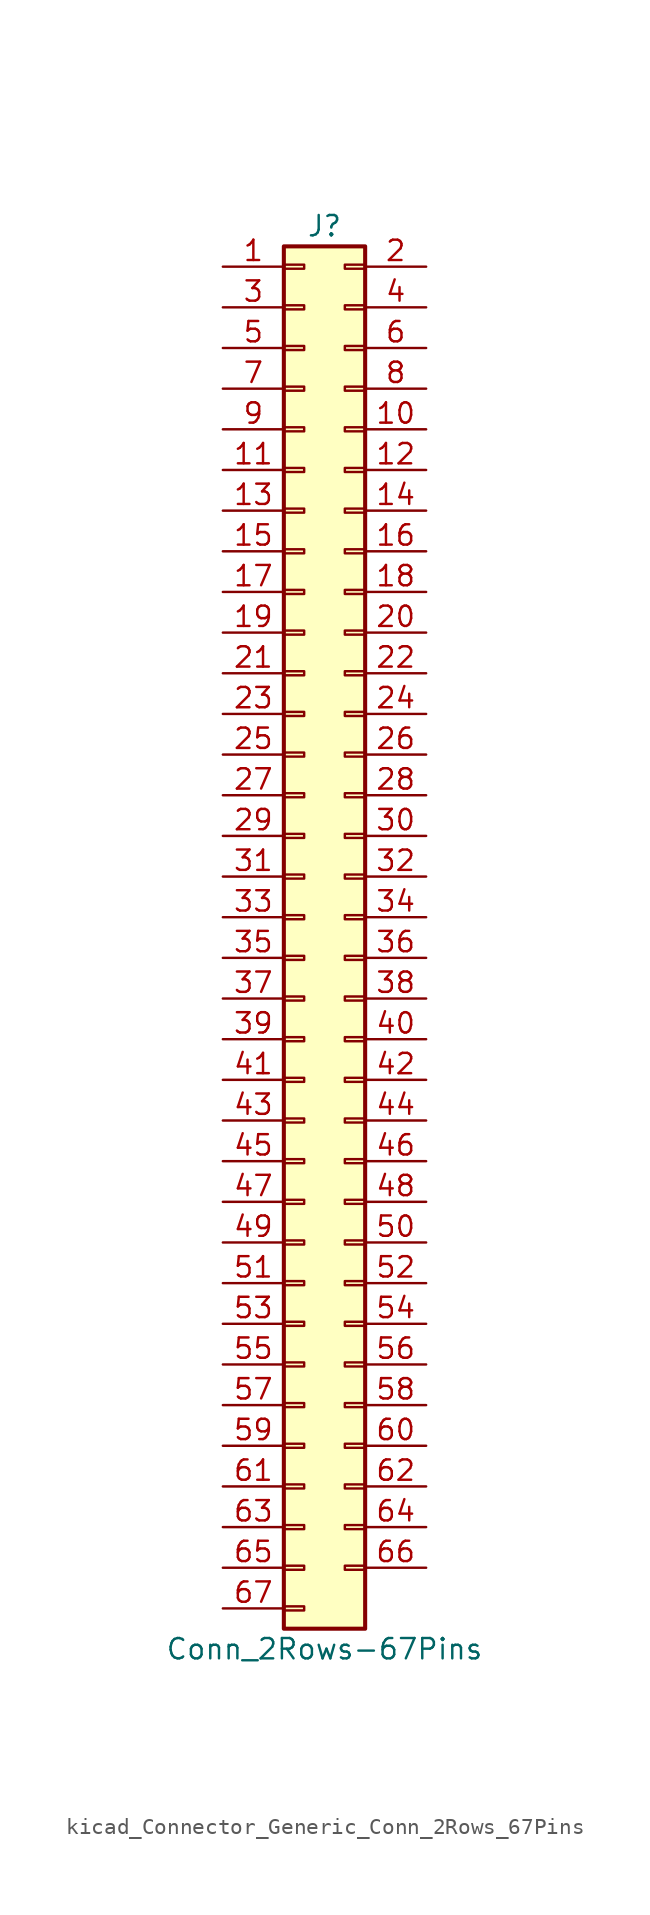
<source format=kicad_sym>
(kicad_symbol_lib
  (version 20220914)
  (generator kicad_symbol_editor)
  (symbol "kicad_Connector_Generic_Conn_2Rows_67Pins"
    (pin_names
      (offset 1.016) hide)
    (property "Reference" "J"
      (at 1.27 43.18 0)
      (effects (font (size 1.27 1.27))))
    (property "Value" "Conn_2Rows-67Pins"
      (at 1.27 -45.72 0)
      (effects (font (size 1.27 1.27))))
    (symbol "kicad_Connector_Generic_Conn_2Rows_67Pins_1_1"
      (rectangle (start -1.27 -43.053) (end 0 -43.307) (stroke (width 0.152) (type default)) (fill (type none)))
      (rectangle (start -1.27 -40.513) (end 0 -40.767) (stroke (width 0.152) (type default)) (fill (type none)))
      (rectangle (start -1.27 -37.973) (end 0 -38.227) (stroke (width 0.152) (type default)) (fill (type none)))
      (rectangle (start -1.27 -35.433) (end 0 -35.687) (stroke (width 0.152) (type default)) (fill (type none)))
      (rectangle (start -1.27 -32.893) (end 0 -33.147) (stroke (width 0.152) (type default)) (fill (type none)))
      (rectangle (start -1.27 -30.353) (end 0 -30.607) (stroke (width 0.152) (type default)) (fill (type none)))
      (rectangle (start -1.27 -27.813) (end 0 -28.067) (stroke (width 0.152) (type default)) (fill (type none)))
      (rectangle (start -1.27 -25.273) (end 0 -25.527) (stroke (width 0.152) (type default)) (fill (type none)))
      (rectangle (start -1.27 -22.733) (end 0 -22.987) (stroke (width 0.152) (type default)) (fill (type none)))
      (rectangle (start -1.27 -20.193) (end 0 -20.447) (stroke (width 0.152) (type default)) (fill (type none)))
      (rectangle (start -1.27 -17.653) (end 0 -17.907) (stroke (width 0.152) (type default)) (fill (type none)))
      (rectangle (start -1.27 -15.113) (end 0 -15.367) (stroke (width 0.152) (type default)) (fill (type none)))
      (rectangle (start -1.27 -12.573) (end 0 -12.827) (stroke (width 0.152) (type default)) (fill (type none)))
      (rectangle (start -1.27 -10.033) (end 0 -10.287) (stroke (width 0.152) (type default)) (fill (type none)))
      (rectangle (start -1.27 -7.493) (end 0 -7.747) (stroke (width 0.152) (type default)) (fill (type none)))
      (rectangle (start -1.27 -4.953) (end 0 -5.207) (stroke (width 0.152) (type default)) (fill (type none)))
      (rectangle (start -1.27 -2.413) (end 0 -2.667) (stroke (width 0.152) (type default)) (fill (type none)))
      (rectangle (start -1.27 0.127) (end 0 -0.127) (stroke (width 0.152) (type default)) (fill (type none)))
      (rectangle (start -1.27 2.667) (end 0 2.413) (stroke (width 0.152) (type default)) (fill (type none)))
      (rectangle (start -1.27 5.207) (end 0 4.953) (stroke (width 0.152) (type default)) (fill (type none)))
      (rectangle (start -1.27 7.747) (end 0 7.493) (stroke (width 0.152) (type default)) (fill (type none)))
      (rectangle (start -1.27 10.287) (end 0 10.033) (stroke (width 0.152) (type default)) (fill (type none)))
      (rectangle (start -1.27 12.827) (end 0 12.573) (stroke (width 0.152) (type default)) (fill (type none)))
      (rectangle (start -1.27 15.367) (end 0 15.113) (stroke (width 0.152) (type default)) (fill (type none)))
      (rectangle (start -1.27 17.907) (end 0 17.653) (stroke (width 0.152) (type default)) (fill (type none)))
      (rectangle (start -1.27 20.447) (end 0 20.193) (stroke (width 0.152) (type default)) (fill (type none)))
      (rectangle (start -1.27 22.987) (end 0 22.733) (stroke (width 0.152) (type default)) (fill (type none)))
      (rectangle (start -1.27 25.527) (end 0 25.273) (stroke (width 0.152) (type default)) (fill (type none)))
      (rectangle (start -1.27 28.067) (end 0 27.813) (stroke (width 0.152) (type default)) (fill (type none)))
      (rectangle (start -1.27 30.607) (end 0 30.353) (stroke (width 0.152) (type default)) (fill (type none)))
      (rectangle (start -1.27 33.147) (end 0 32.893) (stroke (width 0.152) (type default)) (fill (type none)))
      (rectangle (start -1.27 35.687) (end 0 35.433) (stroke (width 0.152) (type default)) (fill (type none)))
      (rectangle (start -1.27 38.227) (end 0 37.973) (stroke (width 0.152) (type default)) (fill (type none)))
      (rectangle (start -1.27 40.767) (end 0 40.513) (stroke (width 0.152) (type default)) (fill (type none)))
      (rectangle (start -1.27 41.91) (end 3.81 -44.45) (stroke (width 0.254) (type default)) (fill (type background)))
      (rectangle (start 3.81 -40.513) (end 2.54 -40.767) (stroke (width 0.152) (type default)) (fill (type none)))
      (rectangle (start 3.81 -37.973) (end 2.54 -38.227) (stroke (width 0.152) (type default)) (fill (type none)))
      (rectangle (start 3.81 -35.433) (end 2.54 -35.687) (stroke (width 0.152) (type default)) (fill (type none)))
      (rectangle (start 3.81 -32.893) (end 2.54 -33.147) (stroke (width 0.152) (type default)) (fill (type none)))
      (rectangle (start 3.81 -30.353) (end 2.54 -30.607) (stroke (width 0.152) (type default)) (fill (type none)))
      (rectangle (start 3.81 -27.813) (end 2.54 -28.067) (stroke (width 0.152) (type default)) (fill (type none)))
      (rectangle (start 3.81 -25.273) (end 2.54 -25.527) (stroke (width 0.152) (type default)) (fill (type none)))
      (rectangle (start 3.81 -22.733) (end 2.54 -22.987) (stroke (width 0.152) (type default)) (fill (type none)))
      (rectangle (start 3.81 -20.193) (end 2.54 -20.447) (stroke (width 0.152) (type default)) (fill (type none)))
      (rectangle (start 3.81 -17.653) (end 2.54 -17.907) (stroke (width 0.152) (type default)) (fill (type none)))
      (rectangle (start 3.81 -15.113) (end 2.54 -15.367) (stroke (width 0.152) (type default)) (fill (type none)))
      (rectangle (start 3.81 -12.573) (end 2.54 -12.827) (stroke (width 0.152) (type default)) (fill (type none)))
      (rectangle (start 3.81 -10.033) (end 2.54 -10.287) (stroke (width 0.152) (type default)) (fill (type none)))
      (rectangle (start 3.81 -7.493) (end 2.54 -7.747) (stroke (width 0.152) (type default)) (fill (type none)))
      (rectangle (start 3.81 -4.953) (end 2.54 -5.207) (stroke (width 0.152) (type default)) (fill (type none)))
      (rectangle (start 3.81 -2.413) (end 2.54 -2.667) (stroke (width 0.152) (type default)) (fill (type none)))
      (rectangle (start 3.81 0.127) (end 2.54 -0.127) (stroke (width 0.152) (type default)) (fill (type none)))
      (rectangle (start 3.81 2.667) (end 2.54 2.413) (stroke (width 0.152) (type default)) (fill (type none)))
      (rectangle (start 3.81 5.207) (end 2.54 4.953) (stroke (width 0.152) (type default)) (fill (type none)))
      (rectangle (start 3.81 7.747) (end 2.54 7.493) (stroke (width 0.152) (type default)) (fill (type none)))
      (rectangle (start 3.81 10.287) (end 2.54 10.033) (stroke (width 0.152) (type default)) (fill (type none)))
      (rectangle (start 3.81 12.827) (end 2.54 12.573) (stroke (width 0.152) (type default)) (fill (type none)))
      (rectangle (start 3.81 15.367) (end 2.54 15.113) (stroke (width 0.152) (type default)) (fill (type none)))
      (rectangle (start 3.81 17.907) (end 2.54 17.653) (stroke (width 0.152) (type default)) (fill (type none)))
      (rectangle (start 3.81 20.447) (end 2.54 20.193) (stroke (width 0.152) (type default)) (fill (type none)))
      (rectangle (start 3.81 22.987) (end 2.54 22.733) (stroke (width 0.152) (type default)) (fill (type none)))
      (rectangle (start 3.81 25.527) (end 2.54 25.273) (stroke (width 0.152) (type default)) (fill (type none)))
      (rectangle (start 3.81 28.067) (end 2.54 27.813) (stroke (width 0.152) (type default)) (fill (type none)))
      (rectangle (start 3.81 30.607) (end 2.54 30.353) (stroke (width 0.152) (type default)) (fill (type none)))
      (rectangle (start 3.81 33.147) (end 2.54 32.893) (stroke (width 0.152) (type default)) (fill (type none)))
      (rectangle (start 3.81 35.687) (end 2.54 35.433) (stroke (width 0.152) (type default)) (fill (type none)))
      (rectangle (start 3.81 38.227) (end 2.54 37.973) (stroke (width 0.152) (type default)) (fill (type none)))
      (rectangle (start 3.81 40.767) (end 2.54 40.513) (stroke (width 0.152) (type default)) (fill (type none)))
      (pin passive line (at -5.08 40.64 0) (length 3.81) (name "Pin_1" (effects (font (size 1.27 1.27)))) (number "1" (effects (font (size 1.27 1.27)))))
      (pin passive line (at 7.62 30.48 180) (length 3.81) (name "Pin_10" (effects (font (size 1.27 1.27)))) (number "10" (effects (font (size 1.27 1.27)))))
      (pin passive line (at -5.08 27.94 0) (length 3.81) (name "Pin_11" (effects (font (size 1.27 1.27)))) (number "11" (effects (font (size 1.27 1.27)))))
      (pin passive line (at 7.62 27.94 180) (length 3.81) (name "Pin_12" (effects (font (size 1.27 1.27)))) (number "12" (effects (font (size 1.27 1.27)))))
      (pin passive line (at -5.08 25.4 0) (length 3.81) (name "Pin_13" (effects (font (size 1.27 1.27)))) (number "13" (effects (font (size 1.27 1.27)))))
      (pin passive line (at 7.62 25.4 180) (length 3.81) (name "Pin_14" (effects (font (size 1.27 1.27)))) (number "14" (effects (font (size 1.27 1.27)))))
      (pin passive line (at -5.08 22.86 0) (length 3.81) (name "Pin_15" (effects (font (size 1.27 1.27)))) (number "15" (effects (font (size 1.27 1.27)))))
      (pin passive line (at 7.62 22.86 180) (length 3.81) (name "Pin_16" (effects (font (size 1.27 1.27)))) (number "16" (effects (font (size 1.27 1.27)))))
      (pin passive line (at -5.08 20.32 0) (length 3.81) (name "Pin_17" (effects (font (size 1.27 1.27)))) (number "17" (effects (font (size 1.27 1.27)))))
      (pin passive line (at 7.62 20.32 180) (length 3.81) (name "Pin_18" (effects (font (size 1.27 1.27)))) (number "18" (effects (font (size 1.27 1.27)))))
      (pin passive line (at -5.08 17.78 0) (length 3.81) (name "Pin_19" (effects (font (size 1.27 1.27)))) (number "19" (effects (font (size 1.27 1.27)))))
      (pin passive line (at 7.62 40.64 180) (length 3.81) (name "Pin_2" (effects (font (size 1.27 1.27)))) (number "2" (effects (font (size 1.27 1.27)))))
      (pin passive line (at 7.62 17.78 180) (length 3.81) (name "Pin_20" (effects (font (size 1.27 1.27)))) (number "20" (effects (font (size 1.27 1.27)))))
      (pin passive line (at -5.08 15.24 0) (length 3.81) (name "Pin_21" (effects (font (size 1.27 1.27)))) (number "21" (effects (font (size 1.27 1.27)))))
      (pin passive line (at 7.62 15.24 180) (length 3.81) (name "Pin_22" (effects (font (size 1.27 1.27)))) (number "22" (effects (font (size 1.27 1.27)))))
      (pin passive line (at -5.08 12.7 0) (length 3.81) (name "Pin_23" (effects (font (size 1.27 1.27)))) (number "23" (effects (font (size 1.27 1.27)))))
      (pin passive line (at 7.62 12.7 180) (length 3.81) (name "Pin_24" (effects (font (size 1.27 1.27)))) (number "24" (effects (font (size 1.27 1.27)))))
      (pin passive line (at -5.08 10.16 0) (length 3.81) (name "Pin_25" (effects (font (size 1.27 1.27)))) (number "25" (effects (font (size 1.27 1.27)))))
      (pin passive line (at 7.62 10.16 180) (length 3.81) (name "Pin_26" (effects (font (size 1.27 1.27)))) (number "26" (effects (font (size 1.27 1.27)))))
      (pin passive line (at -5.08 7.62 0) (length 3.81) (name "Pin_27" (effects (font (size 1.27 1.27)))) (number "27" (effects (font (size 1.27 1.27)))))
      (pin passive line (at 7.62 7.62 180) (length 3.81) (name "Pin_28" (effects (font (size 1.27 1.27)))) (number "28" (effects (font (size 1.27 1.27)))))
      (pin passive line (at -5.08 5.08 0) (length 3.81) (name "Pin_29" (effects (font (size 1.27 1.27)))) (number "29" (effects (font (size 1.27 1.27)))))
      (pin passive line (at -5.08 38.1 0) (length 3.81) (name "Pin_3" (effects (font (size 1.27 1.27)))) (number "3" (effects (font (size 1.27 1.27)))))
      (pin passive line (at 7.62 5.08 180) (length 3.81) (name "Pin_30" (effects (font (size 1.27 1.27)))) (number "30" (effects (font (size 1.27 1.27)))))
      (pin passive line (at -5.08 2.54 0) (length 3.81) (name "Pin_31" (effects (font (size 1.27 1.27)))) (number "31" (effects (font (size 1.27 1.27)))))
      (pin passive line (at 7.62 2.54 180) (length 3.81) (name "Pin_32" (effects (font (size 1.27 1.27)))) (number "32" (effects (font (size 1.27 1.27)))))
      (pin passive line (at -5.08 0 0) (length 3.81) (name "Pin_33" (effects (font (size 1.27 1.27)))) (number "33" (effects (font (size 1.27 1.27)))))
      (pin passive line (at 7.62 0 180) (length 3.81) (name "Pin_34" (effects (font (size 1.27 1.27)))) (number "34" (effects (font (size 1.27 1.27)))))
      (pin passive line (at -5.08 -2.54 0) (length 3.81) (name "Pin_35" (effects (font (size 1.27 1.27)))) (number "35" (effects (font (size 1.27 1.27)))))
      (pin passive line (at 7.62 -2.54 180) (length 3.81) (name "Pin_36" (effects (font (size 1.27 1.27)))) (number "36" (effects (font (size 1.27 1.27)))))
      (pin passive line (at -5.08 -5.08 0) (length 3.81) (name "Pin_37" (effects (font (size 1.27 1.27)))) (number "37" (effects (font (size 1.27 1.27)))))
      (pin passive line (at 7.62 -5.08 180) (length 3.81) (name "Pin_38" (effects (font (size 1.27 1.27)))) (number "38" (effects (font (size 1.27 1.27)))))
      (pin passive line (at -5.08 -7.62 0) (length 3.81) (name "Pin_39" (effects (font (size 1.27 1.27)))) (number "39" (effects (font (size 1.27 1.27)))))
      (pin passive line (at 7.62 38.1 180) (length 3.81) (name "Pin_4" (effects (font (size 1.27 1.27)))) (number "4" (effects (font (size 1.27 1.27)))))
      (pin passive line (at 7.62 -7.62 180) (length 3.81) (name "Pin_40" (effects (font (size 1.27 1.27)))) (number "40" (effects (font (size 1.27 1.27)))))
      (pin passive line (at -5.08 -10.16 0) (length 3.81) (name "Pin_41" (effects (font (size 1.27 1.27)))) (number "41" (effects (font (size 1.27 1.27)))))
      (pin passive line (at 7.62 -10.16 180) (length 3.81) (name "Pin_42" (effects (font (size 1.27 1.27)))) (number "42" (effects (font (size 1.27 1.27)))))
      (pin passive line (at -5.08 -12.7 0) (length 3.81) (name "Pin_43" (effects (font (size 1.27 1.27)))) (number "43" (effects (font (size 1.27 1.27)))))
      (pin passive line (at 7.62 -12.7 180) (length 3.81) (name "Pin_44" (effects (font (size 1.27 1.27)))) (number "44" (effects (font (size 1.27 1.27)))))
      (pin passive line (at -5.08 -15.24 0) (length 3.81) (name "Pin_45" (effects (font (size 1.27 1.27)))) (number "45" (effects (font (size 1.27 1.27)))))
      (pin passive line (at 7.62 -15.24 180) (length 3.81) (name "Pin_46" (effects (font (size 1.27 1.27)))) (number "46" (effects (font (size 1.27 1.27)))))
      (pin passive line (at -5.08 -17.78 0) (length 3.81) (name "Pin_47" (effects (font (size 1.27 1.27)))) (number "47" (effects (font (size 1.27 1.27)))))
      (pin passive line (at 7.62 -17.78 180) (length 3.81) (name "Pin_48" (effects (font (size 1.27 1.27)))) (number "48" (effects (font (size 1.27 1.27)))))
      (pin passive line (at -5.08 -20.32 0) (length 3.81) (name "Pin_49" (effects (font (size 1.27 1.27)))) (number "49" (effects (font (size 1.27 1.27)))))
      (pin passive line (at -5.08 35.56 0) (length 3.81) (name "Pin_5" (effects (font (size 1.27 1.27)))) (number "5" (effects (font (size 1.27 1.27)))))
      (pin passive line (at 7.62 -20.32 180) (length 3.81) (name "Pin_50" (effects (font (size 1.27 1.27)))) (number "50" (effects (font (size 1.27 1.27)))))
      (pin passive line (at -5.08 -22.86 0) (length 3.81) (name "Pin_51" (effects (font (size 1.27 1.27)))) (number "51" (effects (font (size 1.27 1.27)))))
      (pin passive line (at 7.62 -22.86 180) (length 3.81) (name "Pin_52" (effects (font (size 1.27 1.27)))) (number "52" (effects (font (size 1.27 1.27)))))
      (pin passive line (at -5.08 -25.4 0) (length 3.81) (name "Pin_53" (effects (font (size 1.27 1.27)))) (number "53" (effects (font (size 1.27 1.27)))))
      (pin passive line (at 7.62 -25.4 180) (length 3.81) (name "Pin_54" (effects (font (size 1.27 1.27)))) (number "54" (effects (font (size 1.27 1.27)))))
      (pin passive line (at -5.08 -27.94 0) (length 3.81) (name "Pin_55" (effects (font (size 1.27 1.27)))) (number "55" (effects (font (size 1.27 1.27)))))
      (pin passive line (at 7.62 -27.94 180) (length 3.81) (name "Pin_56" (effects (font (size 1.27 1.27)))) (number "56" (effects (font (size 1.27 1.27)))))
      (pin passive line (at -5.08 -30.48 0) (length 3.81) (name "Pin_57" (effects (font (size 1.27 1.27)))) (number "57" (effects (font (size 1.27 1.27)))))
      (pin passive line (at 7.62 -30.48 180) (length 3.81) (name "Pin_58" (effects (font (size 1.27 1.27)))) (number "58" (effects (font (size 1.27 1.27)))))
      (pin passive line (at -5.08 -33.02 0) (length 3.81) (name "Pin_59" (effects (font (size 1.27 1.27)))) (number "59" (effects (font (size 1.27 1.27)))))
      (pin passive line (at 7.62 35.56 180) (length 3.81) (name "Pin_6" (effects (font (size 1.27 1.27)))) (number "6" (effects (font (size 1.27 1.27)))))
      (pin passive line (at 7.62 -33.02 180) (length 3.81) (name "Pin_60" (effects (font (size 1.27 1.27)))) (number "60" (effects (font (size 1.27 1.27)))))
      (pin passive line (at -5.08 -35.56 0) (length 3.81) (name "Pin_61" (effects (font (size 1.27 1.27)))) (number "61" (effects (font (size 1.27 1.27)))))
      (pin passive line (at 7.62 -35.56 180) (length 3.81) (name "Pin_62" (effects (font (size 1.27 1.27)))) (number "62" (effects (font (size 1.27 1.27)))))
      (pin passive line (at -5.08 -38.1 0) (length 3.81) (name "Pin_63" (effects (font (size 1.27 1.27)))) (number "63" (effects (font (size 1.27 1.27)))))
      (pin passive line (at 7.62 -38.1 180) (length 3.81) (name "Pin_64" (effects (font (size 1.27 1.27)))) (number "64" (effects (font (size 1.27 1.27)))))
      (pin passive line (at -5.08 -40.64 0) (length 3.81) (name "Pin_65" (effects (font (size 1.27 1.27)))) (number "65" (effects (font (size 1.27 1.27)))))
      (pin passive line (at 7.62 -40.64 180) (length 3.81) (name "Pin_66" (effects (font (size 1.27 1.27)))) (number "66" (effects (font (size 1.27 1.27)))))
      (pin passive line (at -5.08 -43.18 0) (length 3.81) (name "Pin_67" (effects (font (size 1.27 1.27)))) (number "67" (effects (font (size 1.27 1.27)))))
      (pin passive line (at -5.08 33.02 0) (length 3.81) (name "Pin_7" (effects (font (size 1.27 1.27)))) (number "7" (effects (font (size 1.27 1.27)))))
      (pin passive line (at 7.62 33.02 180) (length 3.81) (name "Pin_8" (effects (font (size 1.27 1.27)))) (number "8" (effects (font (size 1.27 1.27)))))
      (pin passive line (at -5.08 30.48 0) (length 3.81) (name "Pin_9" (effects (font (size 1.27 1.27)))) (number "9" (effects (font (size 1.27 1.27))))))))
</source>
